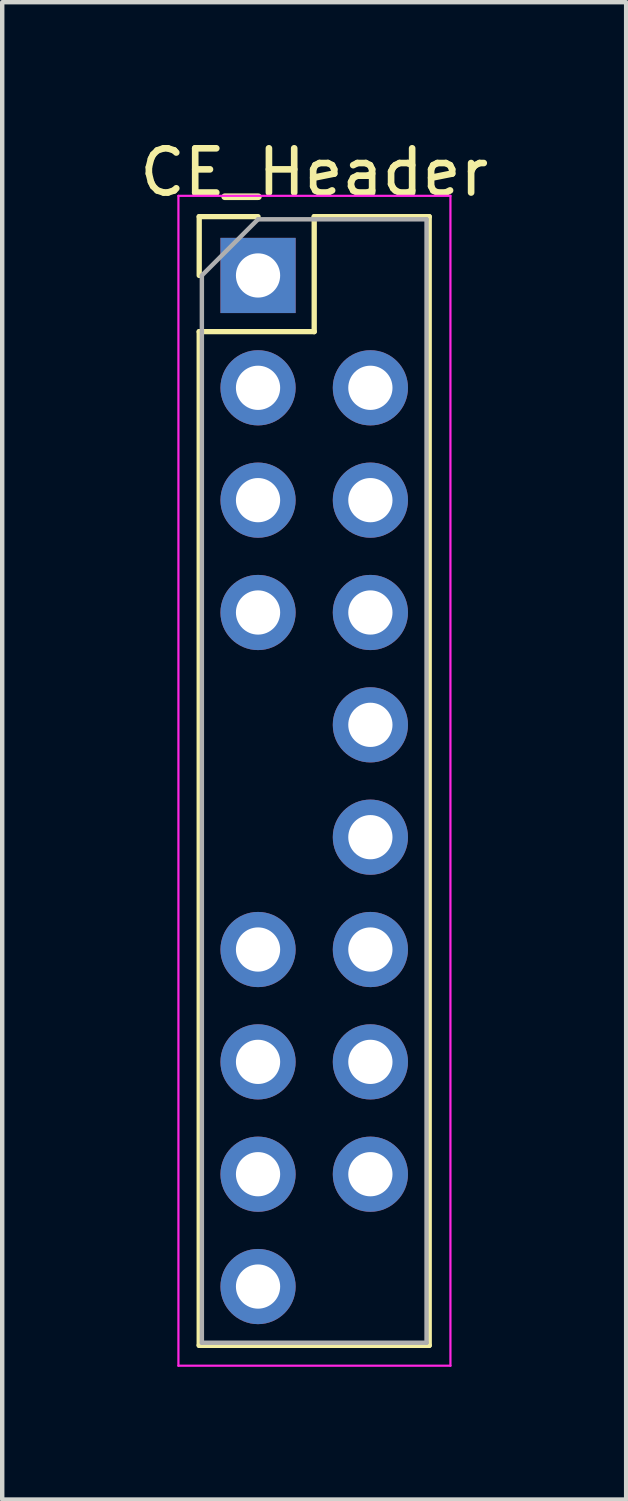
<source format=kicad_pcb>
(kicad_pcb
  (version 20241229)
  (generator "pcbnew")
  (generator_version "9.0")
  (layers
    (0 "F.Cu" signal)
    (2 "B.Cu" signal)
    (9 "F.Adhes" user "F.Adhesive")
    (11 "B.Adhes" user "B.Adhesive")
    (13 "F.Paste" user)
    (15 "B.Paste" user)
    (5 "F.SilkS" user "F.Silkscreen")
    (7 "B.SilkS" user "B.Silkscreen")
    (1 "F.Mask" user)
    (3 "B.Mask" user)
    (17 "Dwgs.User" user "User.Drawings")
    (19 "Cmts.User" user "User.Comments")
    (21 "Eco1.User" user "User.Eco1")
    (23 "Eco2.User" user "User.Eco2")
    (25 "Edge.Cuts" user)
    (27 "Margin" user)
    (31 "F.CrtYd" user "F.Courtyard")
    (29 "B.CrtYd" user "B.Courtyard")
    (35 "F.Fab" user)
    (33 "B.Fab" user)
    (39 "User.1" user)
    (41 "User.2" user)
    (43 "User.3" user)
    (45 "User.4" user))
  (footprint "CE_Header"
    (layer "F.Cu")
    (at 2.784 3.178)
    (property "Reference" "CE_Header" (at 1.27 -2.33 0) (layer "F.SilkS") (effects (font (size 1 1) (thickness 0.15))))
    (attr through_hole)
    (fp_line (start -1.33 -1.33) (end 0 -1.33) (stroke (width 0.12) (type solid)) (layer "F.SilkS"))
    (fp_line (start -1.33 0) (end -1.33 -1.33) (stroke (width 0.12) (type solid)) (layer "F.SilkS"))
    (fp_line (start -1.33 1.27) (end -1.33 24.19) (stroke (width 0.12) (type solid)) (layer "F.SilkS"))
    (fp_line (start -1.33 1.27) (end 1.27 1.27) (stroke (width 0.12) (type solid)) (layer "F.SilkS"))
    (fp_line (start -1.33 24.19) (end 3.87 24.19) (stroke (width 0.12) (type solid)) (layer "F.SilkS"))
    (fp_line (start 1.27 -1.33) (end 3.87 -1.33) (stroke (width 0.12) (type solid)) (layer "F.SilkS"))
    (fp_line (start 1.27 1.27) (end 1.27 -1.33) (stroke (width 0.12) (type solid)) (layer "F.SilkS"))
    (fp_line (start 3.87 -1.33) (end 3.87 24.19) (stroke (width 0.12) (type solid)) (layer "F.SilkS"))
    (fp_line (start -1.8 -1.8) (end -1.8 24.65) (stroke (width 0.05) (type solid)) (layer "F.CrtYd"))
    (fp_line (start -1.8 24.65) (end 4.35 24.65) (stroke (width 0.05) (type solid)) (layer "F.CrtYd"))
    (fp_line (start 4.35 -1.8) (end -1.8 -1.8) (stroke (width 0.05) (type solid)) (layer "F.CrtYd"))
    (fp_line (start 4.35 24.65) (end 4.35 -1.8) (stroke (width 0.05) (type solid)) (layer "F.CrtYd"))
    (fp_line (start -1.27 0) (end 0 -1.27) (stroke (width 0.1) (type solid)) (layer "F.Fab"))
    (fp_line (start -1.27 24.13) (end -1.27 0) (stroke (width 0.1) (type solid)) (layer "F.Fab"))
    (fp_line (start 0 -1.27) (end 3.81 -1.27) (stroke (width 0.1) (type solid)) (layer "F.Fab"))
    (fp_line (start 3.81 -1.27) (end 3.81 24.13) (stroke (width 0.1) (type solid)) (layer "F.Fab"))
    (fp_line (start 3.81 24.13) (end -1.27 24.13) (stroke (width 0.1) (type solid)) (layer "F.Fab"))
    (pad "1" thru_hole rect (at 0 0) (size 1.7 1.7) (drill 1) (layers "*.Cu" "*.Mask"))
    (pad "3" thru_hole oval (at 0 2.54) (size 1.7 1.7) (drill 1) (layers "*.Cu" "*.Mask"))
    (pad "4" thru_hole oval (at 2.54 2.54) (size 1.7 1.7) (drill 1) (layers "*.Cu" "*.Mask"))
    (pad "5" thru_hole oval (at 0 5.08) (size 1.7 1.7) (drill 1) (layers "*.Cu" "*.Mask"))
    (pad "6" thru_hole oval (at 2.54 5.08) (size 1.7 1.7) (drill 1) (layers "*.Cu" "*.Mask"))
    (pad "7" thru_hole oval (at 0 7.62) (size 1.7 1.7) (drill 1) (layers "*.Cu" "*.Mask"))
    (pad "8" thru_hole oval (at 2.54 7.62) (size 1.7 1.7) (drill 1) (layers "*.Cu" "*.Mask"))
    (pad "10" thru_hole oval (at 2.54 10.16) (size 1.7 1.7) (drill 1) (layers "*.Cu" "*.Mask"))
    (pad "12" thru_hole oval (at 2.54 12.7) (size 1.7 1.7) (drill 1) (layers "*.Cu" "*.Mask"))
    (pad "13" thru_hole oval (at 0 15.24) (size 1.7 1.7) (drill 1) (layers "*.Cu" "*.Mask"))
    (pad "14" thru_hole oval (at 2.54 15.24) (size 1.7 1.7) (drill 1) (layers "*.Cu" "*.Mask"))
    (pad "15" thru_hole oval (at 0 17.78) (size 1.7 1.7) (drill 1) (layers "*.Cu" "*.Mask"))
    (pad "16" thru_hole oval (at 2.54 17.78) (size 1.7 1.7) (drill 1) (layers "*.Cu" "*.Mask"))
    (pad "17" thru_hole oval (at 0 20.32) (size 1.7 1.7) (drill 1) (layers "*.Cu" "*.Mask"))
    (pad "18" thru_hole oval (at 2.54 20.32) (size 1.7 1.7) (drill 1) (layers "*.Cu" "*.Mask"))
    (pad "19" thru_hole oval (at 0 22.86) (size 1.7 1.7) (drill 1) (layers "*.Cu" "*.Mask")))
  (gr_rect
    (start -3 -3)
    (end 11.107 30.853)
    (stroke (width 0.1) (type default))
    (fill no)
    (layer "Edge.Cuts")))
</source>
